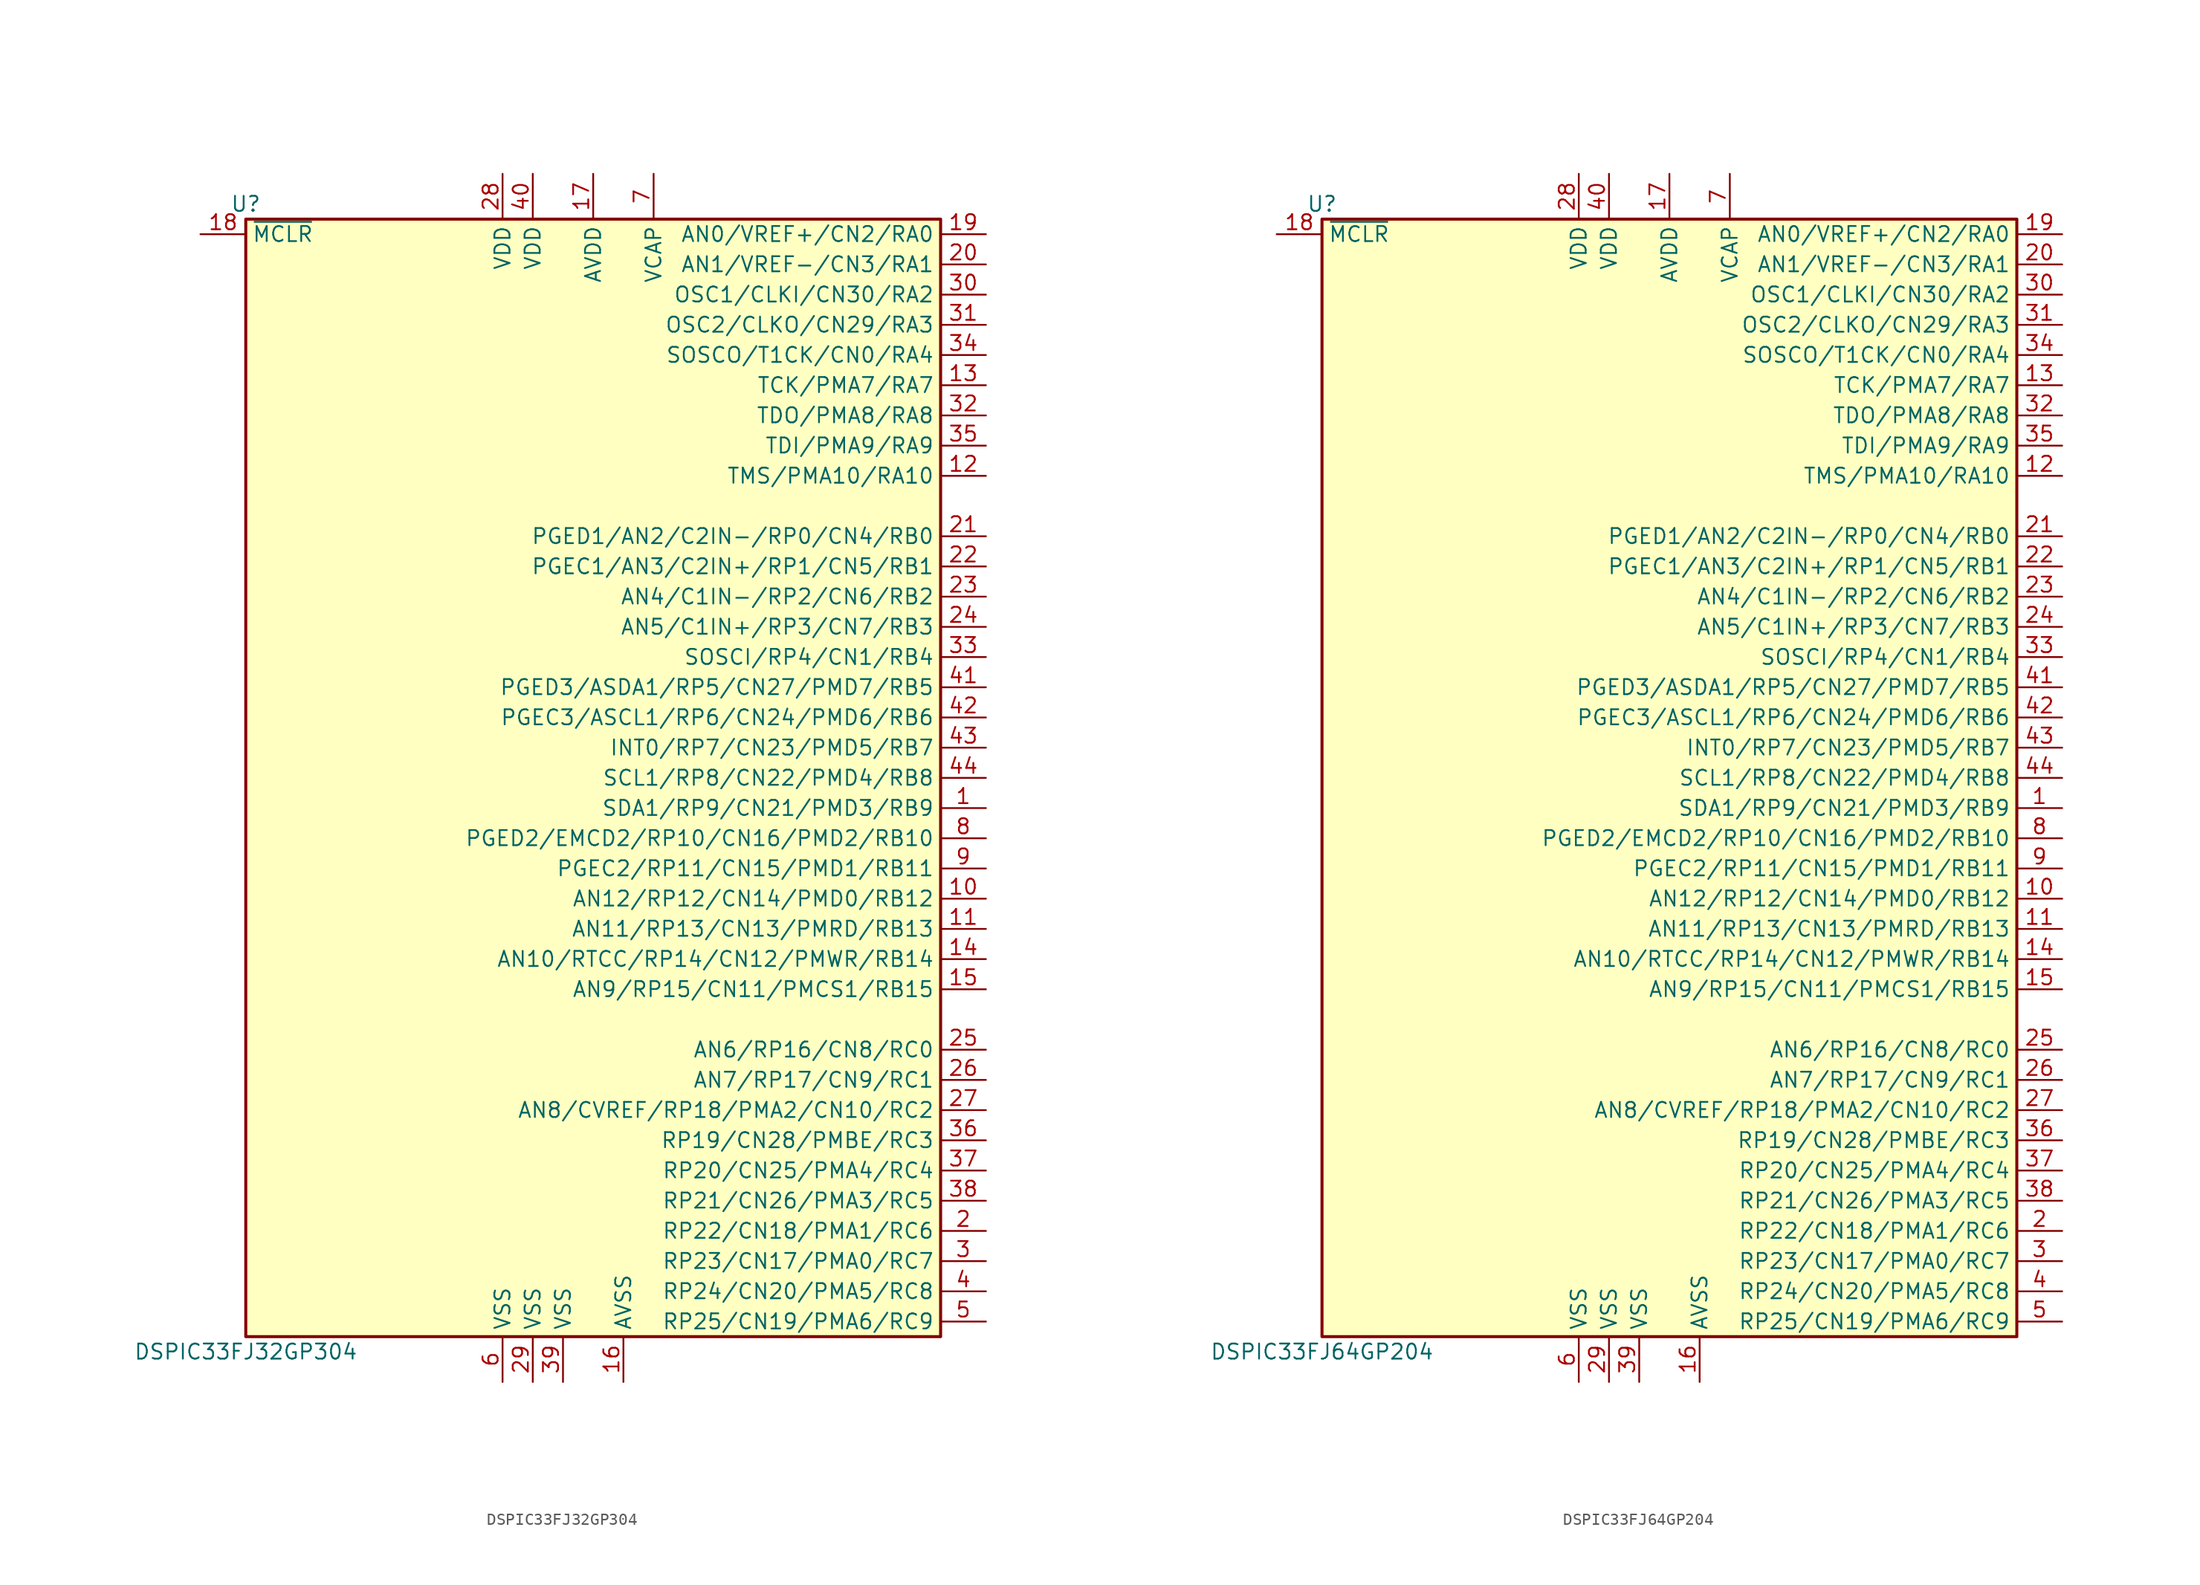
<source format=kicad_sym>
(kicad_symbol_lib
  (version 20231120)
  (generator "kicad_symbol_editor")
  (generator_version "8.0")
  (symbol "DSPIC33FJ32GP304"
    (property "Reference" "U"
      (at -29.21 48.26 0)
      (effects (font (size 1.27 1.27))))
    (property "Value" "DSPIC33FJ32GP304"
      (at -29.21 -48.26 0)
      (effects (font (size 1.27 1.27))))
    (symbol "DSPIC33FJ32GP304_1_1"
      (rectangle (start -29.21 46.99) (end 29.21 -46.99) (stroke (width 0.254) (type default)) (fill (type background)))
      (pin bidirectional line (at 33.02 -2.54 180) (length 3.81) (name "SDA1/RP9/CN21/PMD3/RB9" (effects (font (size 1.27 1.27)))) (number "1" (effects (font (size 1.27 1.27)))))
      (pin bidirectional line (at 33.02 -10.16 180) (length 3.81) (name "AN12/RP12/CN14/PMD0/RB12" (effects (font (size 1.27 1.27)))) (number "10" (effects (font (size 1.27 1.27)))))
      (pin bidirectional line (at 33.02 -12.7 180) (length 3.81) (name "AN11/RP13/CN13/PMRD/RB13" (effects (font (size 1.27 1.27)))) (number "11" (effects (font (size 1.27 1.27)))))
      (pin bidirectional line (at 33.02 25.4 180) (length 3.81) (name "TMS/PMA10/RA10" (effects (font (size 1.27 1.27)))) (number "12" (effects (font (size 1.27 1.27)))))
      (pin bidirectional line (at 33.02 33.02 180) (length 3.81) (name "TCK/PMA7/RA7" (effects (font (size 1.27 1.27)))) (number "13" (effects (font (size 1.27 1.27)))))
      (pin bidirectional line (at 33.02 -15.24 180) (length 3.81) (name "AN10/RTCC/RP14/CN12/PMWR/RB14" (effects (font (size 1.27 1.27)))) (number "14" (effects (font (size 1.27 1.27)))))
      (pin bidirectional line (at 33.02 -17.78 180) (length 3.81) (name "AN9/RP15/CN11/PMCS1/RB15" (effects (font (size 1.27 1.27)))) (number "15" (effects (font (size 1.27 1.27)))))
      (pin power_in line (at 2.54 -50.8 90) (length 3.81) (name "AVSS" (effects (font (size 1.27 1.27)))) (number "16" (effects (font (size 1.27 1.27)))))
      (pin power_in line (at 0 50.8 270) (length 3.81) (name "AVDD" (effects (font (size 1.27 1.27)))) (number "17" (effects (font (size 1.27 1.27)))))
      (pin input line (at -33.02 45.72 0) (length 3.81) (name "~{MCLR}" (effects (font (size 1.27 1.27)))) (number "18" (effects (font (size 1.27 1.27)))))
      (pin bidirectional line (at 33.02 45.72 180) (length 3.81) (name "AN0/VREF+/CN2/RA0" (effects (font (size 1.27 1.27)))) (number "19" (effects (font (size 1.27 1.27)))))
      (pin bidirectional line (at 33.02 -38.1 180) (length 3.81) (name "RP22/CN18/PMA1/RC6" (effects (font (size 1.27 1.27)))) (number "2" (effects (font (size 1.27 1.27)))))
      (pin bidirectional line (at 33.02 43.18 180) (length 3.81) (name "AN1/VREF-/CN3/RA1" (effects (font (size 1.27 1.27)))) (number "20" (effects (font (size 1.27 1.27)))))
      (pin bidirectional line (at 33.02 20.32 180) (length 3.81) (name "PGED1/AN2/C2IN-/RP0/CN4/RB0" (effects (font (size 1.27 1.27)))) (number "21" (effects (font (size 1.27 1.27)))))
      (pin bidirectional line (at 33.02 17.78 180) (length 3.81) (name "PGEC1/AN3/C2IN+/RP1/CN5/RB1" (effects (font (size 1.27 1.27)))) (number "22" (effects (font (size 1.27 1.27)))))
      (pin bidirectional line (at 33.02 15.24 180) (length 3.81) (name "AN4/C1IN-/RP2/CN6/RB2" (effects (font (size 1.27 1.27)))) (number "23" (effects (font (size 1.27 1.27)))))
      (pin bidirectional line (at 33.02 12.7 180) (length 3.81) (name "AN5/C1IN+/RP3/CN7/RB3" (effects (font (size 1.27 1.27)))) (number "24" (effects (font (size 1.27 1.27)))))
      (pin bidirectional line (at 33.02 -22.86 180) (length 3.81) (name "AN6/RP16/CN8/RC0" (effects (font (size 1.27 1.27)))) (number "25" (effects (font (size 1.27 1.27)))))
      (pin bidirectional line (at 33.02 -25.4 180) (length 3.81) (name "AN7/RP17/CN9/RC1" (effects (font (size 1.27 1.27)))) (number "26" (effects (font (size 1.27 1.27)))))
      (pin bidirectional line (at 33.02 -27.94 180) (length 3.81) (name "AN8/CVREF/RP18/PMA2/CN10/RC2" (effects (font (size 1.27 1.27)))) (number "27" (effects (font (size 1.27 1.27)))))
      (pin power_in line (at -7.62 50.8 270) (length 3.81) (name "VDD" (effects (font (size 1.27 1.27)))) (number "28" (effects (font (size 1.27 1.27)))))
      (pin power_in line (at -5.08 -50.8 90) (length 3.81) (name "VSS" (effects (font (size 1.27 1.27)))) (number "29" (effects (font (size 1.27 1.27)))))
      (pin bidirectional line (at 33.02 -40.64 180) (length 3.81) (name "RP23/CN17/PMA0/RC7" (effects (font (size 1.27 1.27)))) (number "3" (effects (font (size 1.27 1.27)))))
      (pin input line (at 33.02 40.64 180) (length 3.81) (name "OSC1/CLKI/CN30/RA2" (effects (font (size 1.27 1.27)))) (number "30" (effects (font (size 1.27 1.27)))))
      (pin input line (at 33.02 38.1 180) (length 3.81) (name "OSC2/CLKO/CN29/RA3" (effects (font (size 1.27 1.27)))) (number "31" (effects (font (size 1.27 1.27)))))
      (pin input line (at 33.02 30.48 180) (length 3.81) (name "TDO/PMA8/RA8" (effects (font (size 1.27 1.27)))) (number "32" (effects (font (size 1.27 1.27)))))
      (pin input line (at 33.02 10.16 180) (length 3.81) (name "SOSCI/RP4/CN1/RB4" (effects (font (size 1.27 1.27)))) (number "33" (effects (font (size 1.27 1.27)))))
      (pin input line (at 33.02 35.56 180) (length 3.81) (name "SOSCO/T1CK/CN0/RA4" (effects (font (size 1.27 1.27)))) (number "34" (effects (font (size 1.27 1.27)))))
      (pin input line (at 33.02 27.94 180) (length 3.81) (name "TDI/PMA9/RA9" (effects (font (size 1.27 1.27)))) (number "35" (effects (font (size 1.27 1.27)))))
      (pin input line (at 33.02 -30.48 180) (length 3.81) (name "RP19/CN28/PMBE/RC3" (effects (font (size 1.27 1.27)))) (number "36" (effects (font (size 1.27 1.27)))))
      (pin input line (at 33.02 -33.02 180) (length 3.81) (name "RP20/CN25/PMA4/RC4" (effects (font (size 1.27 1.27)))) (number "37" (effects (font (size 1.27 1.27)))))
      (pin input line (at 33.02 -35.56 180) (length 3.81) (name "RP21/CN26/PMA3/RC5" (effects (font (size 1.27 1.27)))) (number "38" (effects (font (size 1.27 1.27)))))
      (pin power_in line (at -2.54 -50.8 90) (length 3.81) (name "VSS" (effects (font (size 1.27 1.27)))) (number "39" (effects (font (size 1.27 1.27)))))
      (pin bidirectional line (at 33.02 -43.18 180) (length 3.81) (name "RP24/CN20/PMA5/RC8" (effects (font (size 1.27 1.27)))) (number "4" (effects (font (size 1.27 1.27)))))
      (pin power_in line (at -5.08 50.8 270) (length 3.81) (name "VDD" (effects (font (size 1.27 1.27)))) (number "40" (effects (font (size 1.27 1.27)))))
      (pin input line (at 33.02 7.62 180) (length 3.81) (name "PGED3/ASDA1/RP5/CN27/PMD7/RB5" (effects (font (size 1.27 1.27)))) (number "41" (effects (font (size 1.27 1.27)))))
      (pin input line (at 33.02 5.08 180) (length 3.81) (name "PGEC3/ASCL1/RP6/CN24/PMD6/RB6" (effects (font (size 1.27 1.27)))) (number "42" (effects (font (size 1.27 1.27)))))
      (pin input line (at 33.02 2.54 180) (length 3.81) (name "INT0/RP7/CN23/PMD5/RB7" (effects (font (size 1.27 1.27)))) (number "43" (effects (font (size 1.27 1.27)))))
      (pin input line (at 33.02 0 180) (length 3.81) (name "SCL1/RP8/CN22/PMD4/RB8" (effects (font (size 1.27 1.27)))) (number "44" (effects (font (size 1.27 1.27)))))
      (pin bidirectional line (at 33.02 -45.72 180) (length 3.81) (name "RP25/CN19/PMA6/RC9" (effects (font (size 1.27 1.27)))) (number "5" (effects (font (size 1.27 1.27)))))
      (pin power_in line (at -7.62 -50.8 90) (length 3.81) (name "VSS" (effects (font (size 1.27 1.27)))) (number "6" (effects (font (size 1.27 1.27)))))
      (pin power_in line (at 5.08 50.8 270) (length 3.81) (name "VCAP" (effects (font (size 1.27 1.27)))) (number "7" (effects (font (size 1.27 1.27)))))
      (pin bidirectional line (at 33.02 -5.08 180) (length 3.81) (name "PGED2/EMCD2/RP10/CN16/PMD2/RB10" (effects (font (size 1.27 1.27)))) (number "8" (effects (font (size 1.27 1.27)))))
      (pin bidirectional line (at 33.02 -7.62 180) (length 3.81) (name "PGEC2/RP11/CN15/PMD1/RB11" (effects (font (size 1.27 1.27)))) (number "9" (effects (font (size 1.27 1.27)))))))
  (symbol "DSPIC33FJ64GP204"
    (property "Reference" "U"
      (at -29.21 48.26 0)
      (effects (font (size 1.27 1.27))))
    (property "Value" "DSPIC33FJ64GP204"
      (at -29.21 -48.26 0)
      (effects (font (size 1.27 1.27))))
    (symbol "DSPIC33FJ64GP204_1_1"
      (rectangle (start -29.21 46.99) (end 29.21 -46.99) (stroke (width 0.254) (type default)) (fill (type background)))
      (pin bidirectional line (at 33.02 -2.54 180) (length 3.81) (name "SDA1/RP9/CN21/PMD3/RB9" (effects (font (size 1.27 1.27)))) (number "1" (effects (font (size 1.27 1.27)))))
      (pin bidirectional line (at 33.02 -10.16 180) (length 3.81) (name "AN12/RP12/CN14/PMD0/RB12" (effects (font (size 1.27 1.27)))) (number "10" (effects (font (size 1.27 1.27)))))
      (pin bidirectional line (at 33.02 -12.7 180) (length 3.81) (name "AN11/RP13/CN13/PMRD/RB13" (effects (font (size 1.27 1.27)))) (number "11" (effects (font (size 1.27 1.27)))))
      (pin bidirectional line (at 33.02 25.4 180) (length 3.81) (name "TMS/PMA10/RA10" (effects (font (size 1.27 1.27)))) (number "12" (effects (font (size 1.27 1.27)))))
      (pin bidirectional line (at 33.02 33.02 180) (length 3.81) (name "TCK/PMA7/RA7" (effects (font (size 1.27 1.27)))) (number "13" (effects (font (size 1.27 1.27)))))
      (pin bidirectional line (at 33.02 -15.24 180) (length 3.81) (name "AN10/RTCC/RP14/CN12/PMWR/RB14" (effects (font (size 1.27 1.27)))) (number "14" (effects (font (size 1.27 1.27)))))
      (pin bidirectional line (at 33.02 -17.78 180) (length 3.81) (name "AN9/RP15/CN11/PMCS1/RB15" (effects (font (size 1.27 1.27)))) (number "15" (effects (font (size 1.27 1.27)))))
      (pin power_in line (at 2.54 -50.8 90) (length 3.81) (name "AVSS" (effects (font (size 1.27 1.27)))) (number "16" (effects (font (size 1.27 1.27)))))
      (pin power_in line (at 0 50.8 270) (length 3.81) (name "AVDD" (effects (font (size 1.27 1.27)))) (number "17" (effects (font (size 1.27 1.27)))))
      (pin input line (at -33.02 45.72 0) (length 3.81) (name "~{MCLR}" (effects (font (size 1.27 1.27)))) (number "18" (effects (font (size 1.27 1.27)))))
      (pin bidirectional line (at 33.02 45.72 180) (length 3.81) (name "AN0/VREF+/CN2/RA0" (effects (font (size 1.27 1.27)))) (number "19" (effects (font (size 1.27 1.27)))))
      (pin bidirectional line (at 33.02 -38.1 180) (length 3.81) (name "RP22/CN18/PMA1/RC6" (effects (font (size 1.27 1.27)))) (number "2" (effects (font (size 1.27 1.27)))))
      (pin bidirectional line (at 33.02 43.18 180) (length 3.81) (name "AN1/VREF-/CN3/RA1" (effects (font (size 1.27 1.27)))) (number "20" (effects (font (size 1.27 1.27)))))
      (pin bidirectional line (at 33.02 20.32 180) (length 3.81) (name "PGED1/AN2/C2IN-/RP0/CN4/RB0" (effects (font (size 1.27 1.27)))) (number "21" (effects (font (size 1.27 1.27)))))
      (pin bidirectional line (at 33.02 17.78 180) (length 3.81) (name "PGEC1/AN3/C2IN+/RP1/CN5/RB1" (effects (font (size 1.27 1.27)))) (number "22" (effects (font (size 1.27 1.27)))))
      (pin bidirectional line (at 33.02 15.24 180) (length 3.81) (name "AN4/C1IN-/RP2/CN6/RB2" (effects (font (size 1.27 1.27)))) (number "23" (effects (font (size 1.27 1.27)))))
      (pin bidirectional line (at 33.02 12.7 180) (length 3.81) (name "AN5/C1IN+/RP3/CN7/RB3" (effects (font (size 1.27 1.27)))) (number "24" (effects (font (size 1.27 1.27)))))
      (pin bidirectional line (at 33.02 -22.86 180) (length 3.81) (name "AN6/RP16/CN8/RC0" (effects (font (size 1.27 1.27)))) (number "25" (effects (font (size 1.27 1.27)))))
      (pin bidirectional line (at 33.02 -25.4 180) (length 3.81) (name "AN7/RP17/CN9/RC1" (effects (font (size 1.27 1.27)))) (number "26" (effects (font (size 1.27 1.27)))))
      (pin bidirectional line (at 33.02 -27.94 180) (length 3.81) (name "AN8/CVREF/RP18/PMA2/CN10/RC2" (effects (font (size 1.27 1.27)))) (number "27" (effects (font (size 1.27 1.27)))))
      (pin power_in line (at -7.62 50.8 270) (length 3.81) (name "VDD" (effects (font (size 1.27 1.27)))) (number "28" (effects (font (size 1.27 1.27)))))
      (pin power_in line (at -5.08 -50.8 90) (length 3.81) (name "VSS" (effects (font (size 1.27 1.27)))) (number "29" (effects (font (size 1.27 1.27)))))
      (pin bidirectional line (at 33.02 -40.64 180) (length 3.81) (name "RP23/CN17/PMA0/RC7" (effects (font (size 1.27 1.27)))) (number "3" (effects (font (size 1.27 1.27)))))
      (pin input line (at 33.02 40.64 180) (length 3.81) (name "OSC1/CLKI/CN30/RA2" (effects (font (size 1.27 1.27)))) (number "30" (effects (font (size 1.27 1.27)))))
      (pin input line (at 33.02 38.1 180) (length 3.81) (name "OSC2/CLKO/CN29/RA3" (effects (font (size 1.27 1.27)))) (number "31" (effects (font (size 1.27 1.27)))))
      (pin input line (at 33.02 30.48 180) (length 3.81) (name "TDO/PMA8/RA8" (effects (font (size 1.27 1.27)))) (number "32" (effects (font (size 1.27 1.27)))))
      (pin input line (at 33.02 10.16 180) (length 3.81) (name "SOSCI/RP4/CN1/RB4" (effects (font (size 1.27 1.27)))) (number "33" (effects (font (size 1.27 1.27)))))
      (pin input line (at 33.02 35.56 180) (length 3.81) (name "SOSCO/T1CK/CN0/RA4" (effects (font (size 1.27 1.27)))) (number "34" (effects (font (size 1.27 1.27)))))
      (pin input line (at 33.02 27.94 180) (length 3.81) (name "TDI/PMA9/RA9" (effects (font (size 1.27 1.27)))) (number "35" (effects (font (size 1.27 1.27)))))
      (pin input line (at 33.02 -30.48 180) (length 3.81) (name "RP19/CN28/PMBE/RC3" (effects (font (size 1.27 1.27)))) (number "36" (effects (font (size 1.27 1.27)))))
      (pin input line (at 33.02 -33.02 180) (length 3.81) (name "RP20/CN25/PMA4/RC4" (effects (font (size 1.27 1.27)))) (number "37" (effects (font (size 1.27 1.27)))))
      (pin input line (at 33.02 -35.56 180) (length 3.81) (name "RP21/CN26/PMA3/RC5" (effects (font (size 1.27 1.27)))) (number "38" (effects (font (size 1.27 1.27)))))
      (pin power_in line (at -2.54 -50.8 90) (length 3.81) (name "VSS" (effects (font (size 1.27 1.27)))) (number "39" (effects (font (size 1.27 1.27)))))
      (pin bidirectional line (at 33.02 -43.18 180) (length 3.81) (name "RP24/CN20/PMA5/RC8" (effects (font (size 1.27 1.27)))) (number "4" (effects (font (size 1.27 1.27)))))
      (pin power_in line (at -5.08 50.8 270) (length 3.81) (name "VDD" (effects (font (size 1.27 1.27)))) (number "40" (effects (font (size 1.27 1.27)))))
      (pin input line (at 33.02 7.62 180) (length 3.81) (name "PGED3/ASDA1/RP5/CN27/PMD7/RB5" (effects (font (size 1.27 1.27)))) (number "41" (effects (font (size 1.27 1.27)))))
      (pin input line (at 33.02 5.08 180) (length 3.81) (name "PGEC3/ASCL1/RP6/CN24/PMD6/RB6" (effects (font (size 1.27 1.27)))) (number "42" (effects (font (size 1.27 1.27)))))
      (pin input line (at 33.02 2.54 180) (length 3.81) (name "INT0/RP7/CN23/PMD5/RB7" (effects (font (size 1.27 1.27)))) (number "43" (effects (font (size 1.27 1.27)))))
      (pin input line (at 33.02 0 180) (length 3.81) (name "SCL1/RP8/CN22/PMD4/RB8" (effects (font (size 1.27 1.27)))) (number "44" (effects (font (size 1.27 1.27)))))
      (pin bidirectional line (at 33.02 -45.72 180) (length 3.81) (name "RP25/CN19/PMA6/RC9" (effects (font (size 1.27 1.27)))) (number "5" (effects (font (size 1.27 1.27)))))
      (pin power_in line (at -7.62 -50.8 90) (length 3.81) (name "VSS" (effects (font (size 1.27 1.27)))) (number "6" (effects (font (size 1.27 1.27)))))
      (pin power_in line (at 5.08 50.8 270) (length 3.81) (name "VCAP" (effects (font (size 1.27 1.27)))) (number "7" (effects (font (size 1.27 1.27)))))
      (pin bidirectional line (at 33.02 -5.08 180) (length 3.81) (name "PGED2/EMCD2/RP10/CN16/PMD2/RB10" (effects (font (size 1.27 1.27)))) (number "8" (effects (font (size 1.27 1.27)))))
      (pin bidirectional line (at 33.02 -7.62 180) (length 3.81) (name "PGEC2/RP11/CN15/PMD1/RB11" (effects (font (size 1.27 1.27)))) (number "9" (effects (font (size 1.27 1.27))))))))
</source>
